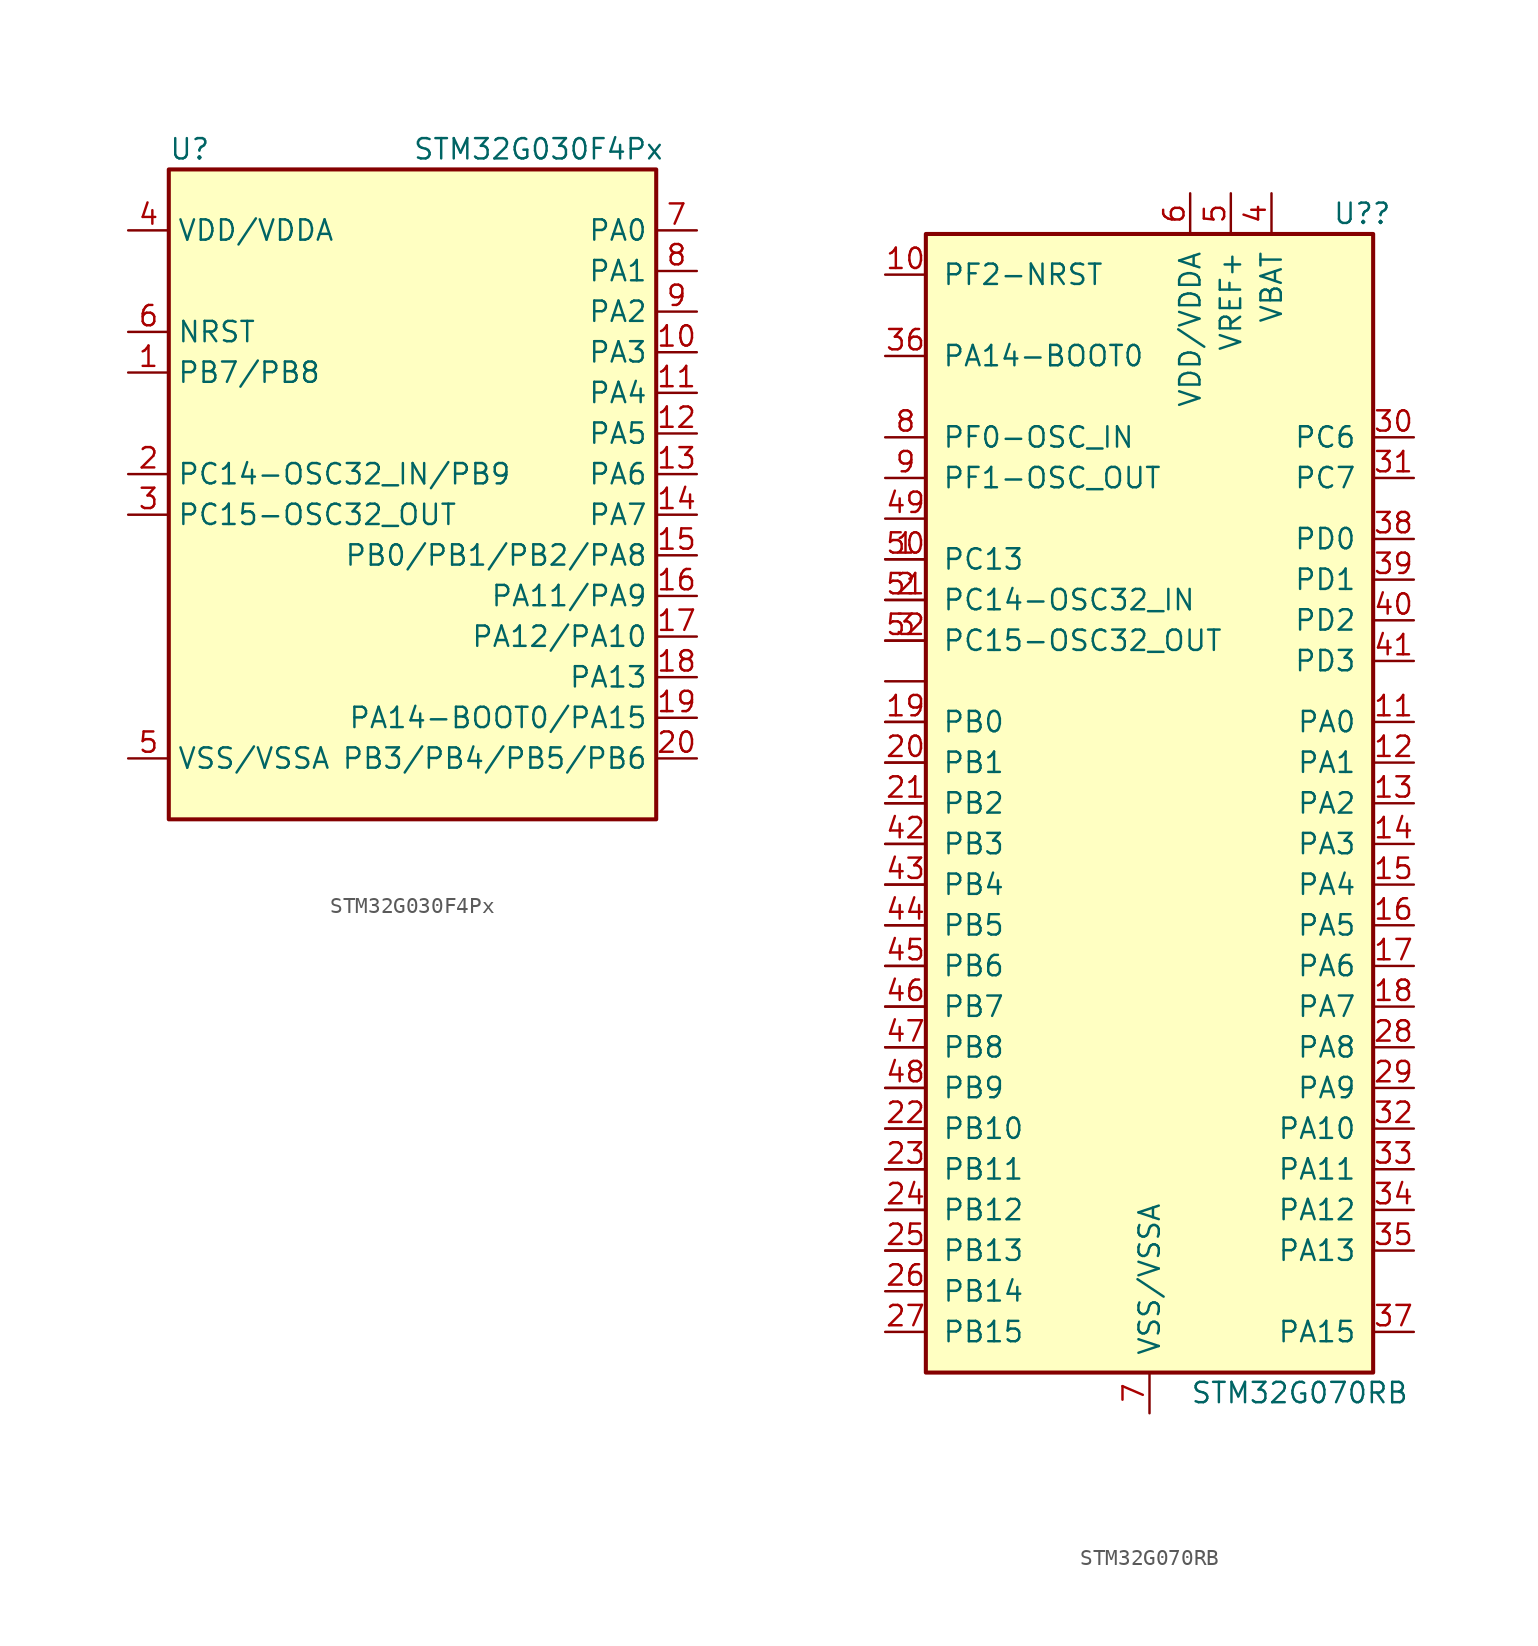
<source format=kicad_sym>
(kicad_symbol_lib
  (version 20211014)
  (generator kicad_symbol_editor)
  (symbol "STM32G030F4Px"
    (property "Reference" "U"
      (at -15.24 20.32 0)
      (effects (font (size 1.27 1.27)) (justify left)))
    (property "Value" "STM32G030F4Px"
      (at 0 20.32 0)
      (effects (font (size 1.27 1.27)) (justify left)))
    (symbol "STM32G030F4Px_0_1"
      (rectangle (start -15.24 19.05) (end 15.24 -21.59) (stroke (width 0.254) (type default) (color 0 0 0 0)) (fill (type background))))
    (symbol "STM32G030F4Px_1_1"
      (pin bidirectional line (at -17.78 6.35 0) (length 2.54) (name "PB7/PB8" (effects (font (size 1.27 1.27)))) (number "1" (effects (font (size 1.27 1.27)))))
      (pin bidirectional line (at 17.78 7.62 180) (length 2.54) (name "PA3" (effects (font (size 1.27 1.27)))) (number "10" (effects (font (size 1.27 1.27)))))
      (pin bidirectional line (at 17.78 5.08 180) (length 2.54) (name "PA4" (effects (font (size 1.27 1.27)))) (number "11" (effects (font (size 1.27 1.27)))))
      (pin bidirectional line (at 17.78 2.54 180) (length 2.54) (name "PA5" (effects (font (size 1.27 1.27)))) (number "12" (effects (font (size 1.27 1.27)))))
      (pin bidirectional line (at 17.78 0 180) (length 2.54) (name "PA6" (effects (font (size 1.27 1.27)))) (number "13" (effects (font (size 1.27 1.27)))))
      (pin bidirectional line (at 17.78 -2.54 180) (length 2.54) (name "PA7" (effects (font (size 1.27 1.27)))) (number "14" (effects (font (size 1.27 1.27)))))
      (pin bidirectional line (at 17.78 -5.08 180) (length 2.54) (name "PB0/PB1/PB2/PA8" (effects (font (size 1.27 1.27)))) (number "15" (effects (font (size 1.27 1.27)))))
      (pin bidirectional line (at 17.78 -7.62 180) (length 2.54) (name "PA11/PA9" (effects (font (size 1.27 1.27)))) (number "16" (effects (font (size 1.27 1.27)))))
      (pin bidirectional line (at 17.78 -10.16 180) (length 2.54) (name "PA12/PA10" (effects (font (size 1.27 1.27)))) (number "17" (effects (font (size 1.27 1.27)))))
      (pin bidirectional line (at 17.78 -12.7 180) (length 2.54) (name "PA13" (effects (font (size 1.27 1.27)))) (number "18" (effects (font (size 1.27 1.27)))))
      (pin bidirectional line (at 17.78 -15.24 180) (length 2.54) (name "PA14-BOOT0/PA15" (effects (font (size 1.27 1.27)))) (number "19" (effects (font (size 1.27 1.27)))))
      (pin bidirectional line (at -17.78 0 0) (length 2.54) (name "PC14-OSC32_IN/PB9" (effects (font (size 1.27 1.27)))) (number "2" (effects (font (size 1.27 1.27)))))
      (pin bidirectional line (at 17.78 -17.78 180) (length 2.54) (name "PB3/PB4/PB5/PB6" (effects (font (size 1.27 1.27)))) (number "20" (effects (font (size 1.27 1.27)))))
      (pin bidirectional line (at -17.78 -2.54 0) (length 2.54) (name "PC15-OSC32_OUT" (effects (font (size 1.27 1.27)))) (number "3" (effects (font (size 1.27 1.27)))))
      (pin power_in line (at -17.78 15.24 0) (length 2.54) (name "VDD/VDDA" (effects (font (size 1.27 1.27)))) (number "4" (effects (font (size 1.27 1.27)))))
      (pin power_in line (at -17.78 -17.78 0) (length 2.54) (name "VSS/VSSA" (effects (font (size 1.27 1.27)))) (number "5" (effects (font (size 1.27 1.27)))))
      (pin input line (at -17.78 8.89 0) (length 2.54) (name "NRST" (effects (font (size 1.27 1.27)))) (number "6" (effects (font (size 1.27 1.27)))))
      (pin bidirectional line (at 17.78 15.24 180) (length 2.54) (name "PA0" (effects (font (size 1.27 1.27)))) (number "7" (effects (font (size 1.27 1.27)))))
      (pin bidirectional line (at 17.78 12.7 180) (length 2.54) (name "PA1" (effects (font (size 1.27 1.27)))) (number "8" (effects (font (size 1.27 1.27)))))
      (pin bidirectional line (at 17.78 10.16 180) (length 2.54) (name "PA2" (effects (font (size 1.27 1.27)))) (number "9" (effects (font (size 1.27 1.27)))))))
  (symbol "STM32G070RB"
    (pin_names
      (offset 1.016))
    (property "Reference" "U?"
      (at 11.43 36.83 0)
      (effects (font (size 1.27 1.27)) (justify left)))
    (property "Value" "STM32G070RB"
      (at 2.54 -36.83 0)
      (effects (font (size 1.27 1.27)) (justify left)))
    (symbol "STM32G070RB_0_0"
      (pin bidirectional line (at -16.51 -27.94 0) (length 2.54) (name "" (effects (font (size 1.27 1.27)))) (number "" (effects (font (size 1.27 1.27)))))
      (pin bidirectional line (at -16.51 -25.4 0) (length 2.54) (name "" (effects (font (size 1.27 1.27)))) (number "" (effects (font (size 1.27 1.27)))))
      (pin bidirectional line (at -16.51 -22.86 0) (length 2.54) (name "" (effects (font (size 1.27 1.27)))) (number "" (effects (font (size 1.27 1.27)))))
      (pin bidirectional line (at -16.51 -20.32 0) (length 2.54) (name "" (effects (font (size 1.27 1.27)))) (number "" (effects (font (size 1.27 1.27)))))
      (pin bidirectional line (at -16.51 -17.78 0) (length 2.54) (name "" (effects (font (size 1.27 1.27)))) (number "" (effects (font (size 1.27 1.27)))))
      (pin bidirectional line (at -16.51 -15.24 0) (length 2.54) (name "" (effects (font (size 1.27 1.27)))) (number "" (effects (font (size 1.27 1.27)))))
      (pin bidirectional line (at -16.51 -12.7 0) (length 2.54) (name "" (effects (font (size 1.27 1.27)))) (number "" (effects (font (size 1.27 1.27)))))
      (pin bidirectional line (at -16.51 -10.16 0) (length 2.54) (name "" (effects (font (size 1.27 1.27)))) (number "" (effects (font (size 1.27 1.27)))))
      (pin bidirectional line (at -16.51 -7.62 0) (length 2.54) (name "" (effects (font (size 1.27 1.27)))) (number "" (effects (font (size 1.27 1.27)))))
      (pin bidirectional line (at -16.51 -5.08 0) (length 2.54) (name "" (effects (font (size 1.27 1.27)))) (number "" (effects (font (size 1.27 1.27)))))
      (pin bidirectional line (at -16.51 -2.54 0) (length 2.54) (name "" (effects (font (size 1.27 1.27)))) (number "" (effects (font (size 1.27 1.27)))))
      (pin bidirectional line (at -16.51 0 0) (length 2.54) (name "" (effects (font (size 1.27 1.27)))) (number "" (effects (font (size 1.27 1.27)))))
      (pin bidirectional line (at -16.51 2.54 0) (length 2.54) (name "" (effects (font (size 1.27 1.27)))) (number "" (effects (font (size 1.27 1.27)))))
      (pin bidirectional line (at -16.51 5.08 0) (length 2.54) (name "" (effects (font (size 1.27 1.27)))) (number "" (effects (font (size 1.27 1.27)))))
      (pin bidirectional line (at -16.51 7.62 0) (length 2.54) (name "" (effects (font (size 1.27 1.27)))) (number "" (effects (font (size 1.27 1.27)))))
      (pin bidirectional line (at -16.51 15.24 0) (length 2.54) (name "PC13" (effects (font (size 1.27 1.27)))) (number "1" (effects (font (size 1.27 1.27)))))
      (pin bidirectional line (at -16.51 33.02 0) (length 2.54) (name "PF2-NRST" (effects (font (size 1.27 1.27)))) (number "10" (effects (font (size 1.27 1.27)))))
      (pin bidirectional line (at 16.51 5.08 180) (length 2.54) (name "PA0" (effects (font (size 1.27 1.27)))) (number "11" (effects (font (size 1.27 1.27)))))
      (pin bidirectional line (at 16.51 2.54 180) (length 2.54) (name "PA1" (effects (font (size 1.27 1.27)))) (number "12" (effects (font (size 1.27 1.27)))))
      (pin bidirectional line (at 16.51 0 180) (length 2.54) (name "PA2" (effects (font (size 1.27 1.27)))) (number "13" (effects (font (size 1.27 1.27)))))
      (pin bidirectional line (at 16.51 -2.54 180) (length 2.54) (name "PA3" (effects (font (size 1.27 1.27)))) (number "14" (effects (font (size 1.27 1.27)))))
      (pin bidirectional line (at 16.51 -5.08 180) (length 2.54) (name "PA4" (effects (font (size 1.27 1.27)))) (number "15" (effects (font (size 1.27 1.27)))))
      (pin bidirectional line (at 16.51 -7.62 180) (length 2.54) (name "PA5" (effects (font (size 1.27 1.27)))) (number "16" (effects (font (size 1.27 1.27)))))
      (pin bidirectional line (at 16.51 -10.16 180) (length 2.54) (name "PA6" (effects (font (size 1.27 1.27)))) (number "17" (effects (font (size 1.27 1.27)))))
      (pin bidirectional line (at 16.51 -12.7 180) (length 2.54) (name "PA7" (effects (font (size 1.27 1.27)))) (number "18" (effects (font (size 1.27 1.27)))))
      (pin bidirectional line (at -16.51 5.08 0) (length 2.54) (name "PB0" (effects (font (size 1.27 1.27)))) (number "19" (effects (font (size 1.27 1.27)))))
      (pin bidirectional line (at -16.51 12.7 0) (length 2.54) (name "PC14-OSC32_IN" (effects (font (size 1.27 1.27)))) (number "2" (effects (font (size 1.27 1.27)))))
      (pin bidirectional line (at -16.51 2.54 0) (length 2.54) (name "PB1" (effects (font (size 1.27 1.27)))) (number "20" (effects (font (size 1.27 1.27)))))
      (pin bidirectional line (at -16.51 0 0) (length 2.54) (name "PB2" (effects (font (size 1.27 1.27)))) (number "21" (effects (font (size 1.27 1.27)))))
      (pin bidirectional line (at -16.51 -20.32 0) (length 2.54) (name "PB10" (effects (font (size 1.27 1.27)))) (number "22" (effects (font (size 1.27 1.27)))))
      (pin bidirectional line (at -16.51 -22.86 0) (length 2.54) (name "PB11" (effects (font (size 1.27 1.27)))) (number "23" (effects (font (size 1.27 1.27)))))
      (pin bidirectional line (at -16.51 -25.4 0) (length 2.54) (name "PB12" (effects (font (size 1.27 1.27)))) (number "24" (effects (font (size 1.27 1.27)))))
      (pin bidirectional line (at -16.51 -27.94 0) (length 2.54) (name "PB13" (effects (font (size 1.27 1.27)))) (number "25" (effects (font (size 1.27 1.27)))))
      (pin bidirectional line (at -16.51 -30.48 0) (length 2.54) (name "PB14" (effects (font (size 1.27 1.27)))) (number "26" (effects (font (size 1.27 1.27)))))
      (pin bidirectional line (at -16.51 -33.02 0) (length 2.54) (name "PB15" (effects (font (size 1.27 1.27)))) (number "27" (effects (font (size 1.27 1.27)))))
      (pin bidirectional line (at 16.51 -15.24 180) (length 2.54) (name "PA8" (effects (font (size 1.27 1.27)))) (number "28" (effects (font (size 1.27 1.27)))))
      (pin bidirectional line (at 16.51 -17.78 180) (length 2.54) (name "PA9" (effects (font (size 1.27 1.27)))) (number "29" (effects (font (size 1.27 1.27)))))
      (pin bidirectional line (at -16.51 10.16 0) (length 2.54) (name "PC15-OSC32_OUT" (effects (font (size 1.27 1.27)))) (number "3" (effects (font (size 1.27 1.27)))))
      (pin bidirectional line (at 16.51 22.86 180) (length 2.54) (name "PC6" (effects (font (size 1.27 1.27)))) (number "30" (effects (font (size 1.27 1.27)))))
      (pin bidirectional line (at 16.51 20.32 180) (length 2.54) (name "PC7" (effects (font (size 1.27 1.27)))) (number "31" (effects (font (size 1.27 1.27)))))
      (pin bidirectional line (at 16.51 -20.32 180) (length 2.54) (name "PA10" (effects (font (size 1.27 1.27)))) (number "32" (effects (font (size 1.27 1.27)))))
      (pin bidirectional line (at 16.51 -22.86 180) (length 2.54) (name "PA11" (effects (font (size 1.27 1.27)))) (number "33" (effects (font (size 1.27 1.27)))))
      (pin bidirectional line (at 16.51 -25.4 180) (length 2.54) (name "PA12" (effects (font (size 1.27 1.27)))) (number "34" (effects (font (size 1.27 1.27)))))
      (pin bidirectional line (at 16.51 -27.94 180) (length 2.54) (name "PA13" (effects (font (size 1.27 1.27)))) (number "35" (effects (font (size 1.27 1.27)))))
      (pin bidirectional line (at -16.51 27.94 0) (length 2.54) (name "PA14-BOOT0" (effects (font (size 1.27 1.27)))) (number "36" (effects (font (size 1.27 1.27)))))
      (pin bidirectional line (at 16.51 -33.02 180) (length 2.54) (name "PA15" (effects (font (size 1.27 1.27)))) (number "37" (effects (font (size 1.27 1.27)))))
      (pin bidirectional line (at 16.51 16.51 180) (length 2.54) (name "PD0" (effects (font (size 1.27 1.27)))) (number "38" (effects (font (size 1.27 1.27)))))
      (pin bidirectional line (at 16.51 13.97 180) (length 2.54) (name "PD1" (effects (font (size 1.27 1.27)))) (number "39" (effects (font (size 1.27 1.27)))))
      (pin power_in line (at 7.62 38.1 270) (length 2.54) (name "VBAT" (effects (font (size 1.27 1.27)))) (number "4" (effects (font (size 1.27 1.27)))))
      (pin bidirectional line (at 16.51 11.43 180) (length 2.54) (name "PD2" (effects (font (size 1.27 1.27)))) (number "40" (effects (font (size 1.27 1.27)))))
      (pin bidirectional line (at 16.51 8.89 180) (length 2.54) (name "PD3" (effects (font (size 1.27 1.27)))) (number "41" (effects (font (size 1.27 1.27)))))
      (pin bidirectional line (at -16.51 -2.54 0) (length 2.54) (name "PB3" (effects (font (size 1.27 1.27)))) (number "42" (effects (font (size 1.27 1.27)))))
      (pin bidirectional line (at -16.51 -5.08 0) (length 2.54) (name "PB4" (effects (font (size 1.27 1.27)))) (number "43" (effects (font (size 1.27 1.27)))))
      (pin bidirectional line (at -16.51 -7.62 0) (length 2.54) (name "PB5" (effects (font (size 1.27 1.27)))) (number "44" (effects (font (size 1.27 1.27)))))
      (pin bidirectional line (at -16.51 -10.16 0) (length 2.54) (name "PB6" (effects (font (size 1.27 1.27)))) (number "45" (effects (font (size 1.27 1.27)))))
      (pin bidirectional line (at -16.51 -12.7 0) (length 2.54) (name "PB7" (effects (font (size 1.27 1.27)))) (number "46" (effects (font (size 1.27 1.27)))))
      (pin bidirectional line (at -16.51 -15.24 0) (length 2.54) (name "PB8" (effects (font (size 1.27 1.27)))) (number "47" (effects (font (size 1.27 1.27)))))
      (pin bidirectional line (at -16.51 -17.78 0) (length 2.54) (name "PB9" (effects (font (size 1.27 1.27)))) (number "48" (effects (font (size 1.27 1.27)))))
      (pin bidirectional line (at -16.51 17.78 0) (length 2.54) (name "" (effects (font (size 1.27 1.27)))) (number "49" (effects (font (size 1.27 1.27)))))
      (pin power_in line (at 5.08 38.1 270) (length 2.54) (name "VREF+" (effects (font (size 1.27 1.27)))) (number "5" (effects (font (size 1.27 1.27)))))
      (pin bidirectional line (at -16.51 15.24 0) (length 2.54) (name "" (effects (font (size 1.27 1.27)))) (number "50" (effects (font (size 1.27 1.27)))))
      (pin bidirectional line (at -16.51 12.7 0) (length 2.54) (name "" (effects (font (size 1.27 1.27)))) (number "51" (effects (font (size 1.27 1.27)))))
      (pin bidirectional line (at -16.51 10.16 0) (length 2.54) (name "" (effects (font (size 1.27 1.27)))) (number "52" (effects (font (size 1.27 1.27)))))
      (pin power_in line (at 2.54 38.1 270) (length 2.54) (name "VDD/VDDA" (effects (font (size 1.27 1.27)))) (number "6" (effects (font (size 1.27 1.27)))))
      (pin power_in line (at 0 -38.1 90) (length 2.54) (name "VSS/VSSA" (effects (font (size 1.27 1.27)))) (number "7" (effects (font (size 1.27 1.27)))))
      (pin bidirectional line (at -16.51 22.86 0) (length 2.54) (name "PF0-OSC_IN" (effects (font (size 1.27 1.27)))) (number "8" (effects (font (size 1.27 1.27)))))
      (pin bidirectional line (at -16.51 20.32 0) (length 2.54) (name "PF1-OSC_OUT" (effects (font (size 1.27 1.27)))) (number "9" (effects (font (size 1.27 1.27))))))
    (symbol "STM32G070RB_0_1"
      (rectangle (start -13.97 -35.56) (end 13.97 35.56) (stroke (width 0.254) (type default) (color 0 0 0 0)) (fill (type background))))))
</source>
